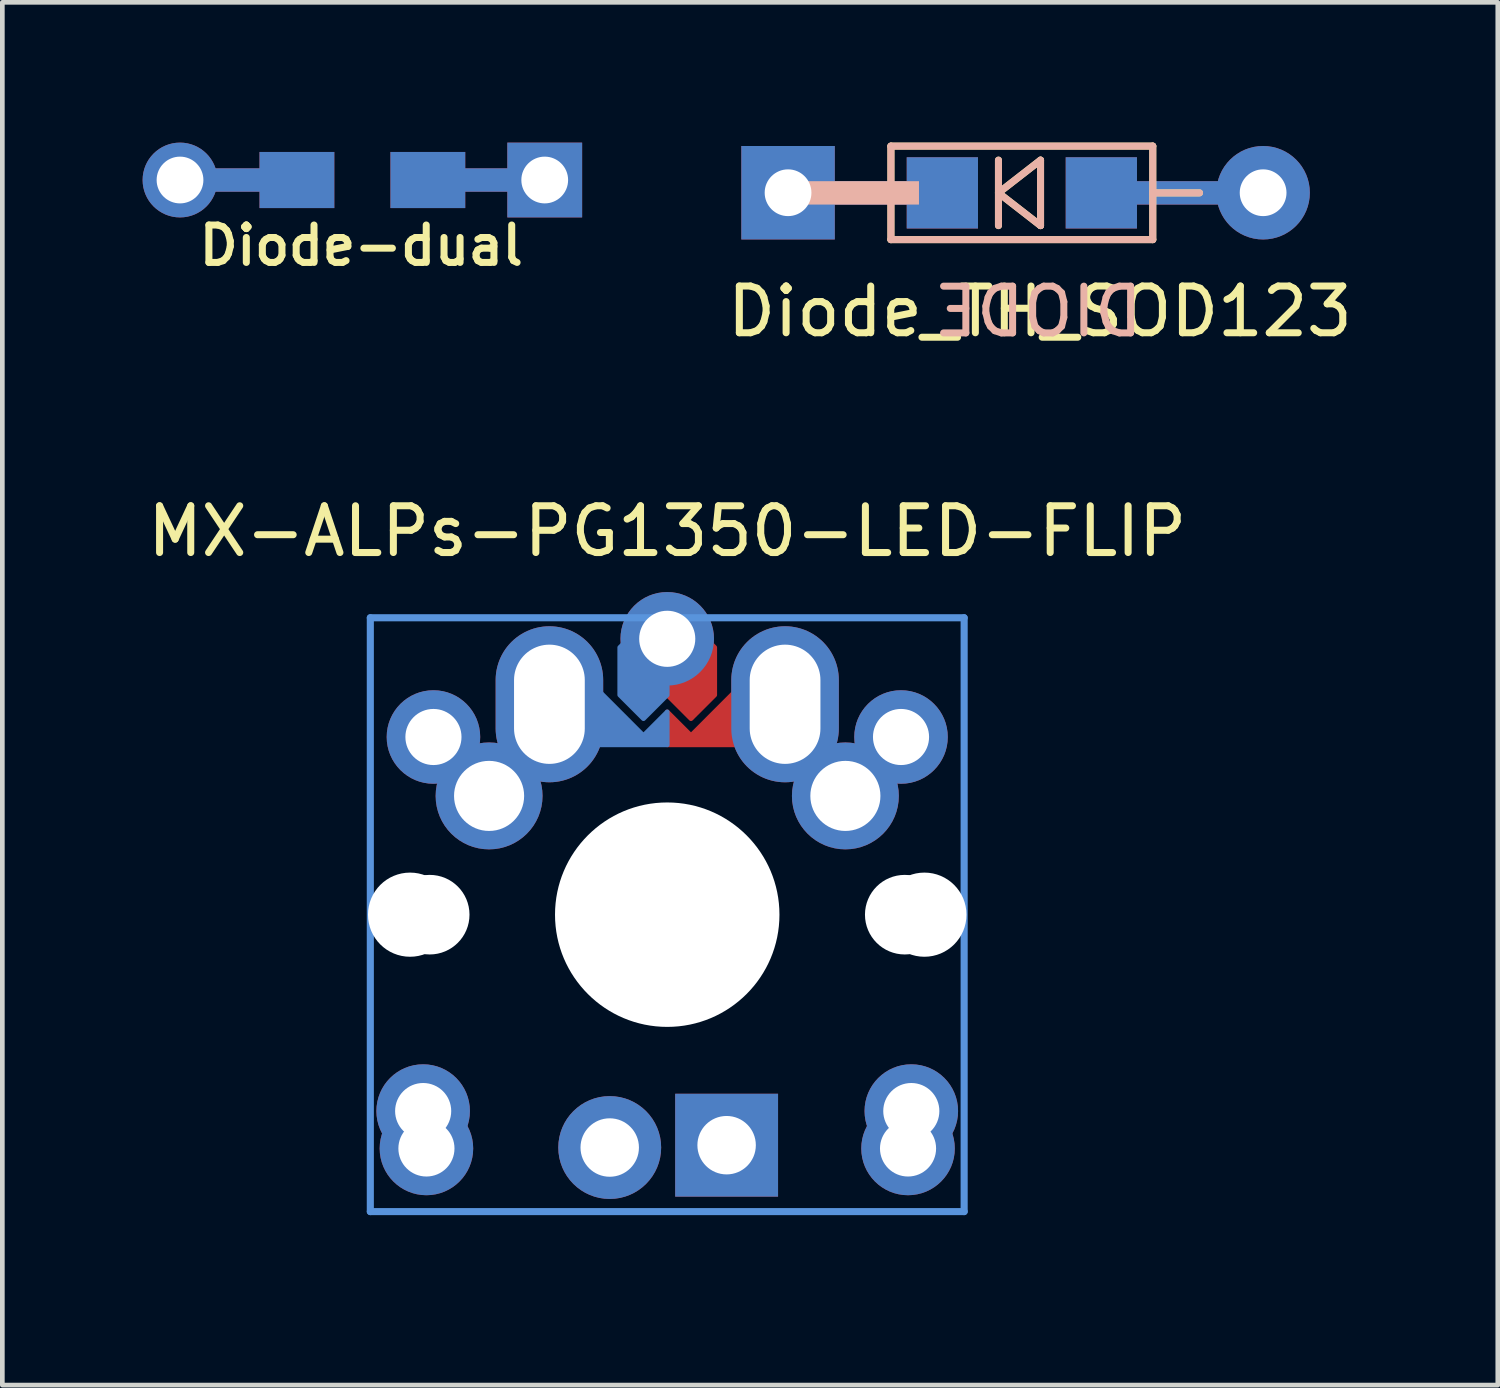
<source format=kicad_pcb>
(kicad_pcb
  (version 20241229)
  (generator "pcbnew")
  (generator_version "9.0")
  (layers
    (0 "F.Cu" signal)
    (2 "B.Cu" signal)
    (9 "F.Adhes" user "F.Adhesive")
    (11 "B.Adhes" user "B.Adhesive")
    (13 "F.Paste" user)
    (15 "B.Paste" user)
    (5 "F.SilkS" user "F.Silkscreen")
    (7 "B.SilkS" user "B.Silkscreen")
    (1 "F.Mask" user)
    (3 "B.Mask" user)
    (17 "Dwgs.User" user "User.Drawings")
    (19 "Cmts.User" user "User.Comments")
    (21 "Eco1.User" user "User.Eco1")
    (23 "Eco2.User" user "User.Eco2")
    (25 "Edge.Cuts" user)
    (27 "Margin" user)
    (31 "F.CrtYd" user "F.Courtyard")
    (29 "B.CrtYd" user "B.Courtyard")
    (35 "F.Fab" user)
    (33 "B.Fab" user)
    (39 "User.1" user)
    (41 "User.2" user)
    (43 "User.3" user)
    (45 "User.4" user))
  (footprint "Diode_TH_SOD123"
    (layer "F.Cu")
    (at 13.804 1.075)
    (property "Reference" "Diode_TH_SOD123" (at 5.387 2.537 0) (layer "F.SilkS") (effects (font (size 1 1) (thickness 0.15))))
    (attr through_hole)
    (fp_line (start 1.3 0) (end 2.2 0) (stroke (width 0.15) (type solid)) (layer "F.SilkS"))
    (fp_line (start 2.2 -1) (end 7.8 -1) (stroke (width 0.15) (type solid)) (layer "F.SilkS"))
    (fp_line (start 2.2 1) (end 2.2 -1) (stroke (width 0.15) (type solid)) (layer "F.SilkS"))
    (fp_line (start 4.5 -0.7) (end 4.5 0.7) (stroke (width 0.15) (type solid)) (layer "F.SilkS"))
    (fp_line (start 4.5 0) (end 5.4 -0.7) (stroke (width 0.15) (type solid)) (layer "F.SilkS"))
    (fp_line (start 5.4 -0.7) (end 5.4 0.7) (stroke (width 0.15) (type solid)) (layer "F.SilkS"))
    (fp_line (start 5.4 0.7) (end 4.5 0) (stroke (width 0.15) (type solid)) (layer "F.SilkS"))
    (fp_line (start 7.8 -1) (end 7.8 1) (stroke (width 0.15) (type solid)) (layer "F.SilkS"))
    (fp_line (start 7.8 0) (end 8.8 0) (stroke (width 0.15) (type solid)) (layer "F.SilkS"))
    (fp_line (start 7.8 1) (end 2.2 1) (stroke (width 0.15) (type solid)) (layer "F.SilkS"))
    (fp_line (start 2.2 -1) (end 7.8 -1) (stroke (width 0.15) (type solid)) (layer "B.SilkS"))
    (fp_line (start 2.2 0) (end 1.3 0) (stroke (width 0.15) (type solid)) (layer "B.SilkS"))
    (fp_line (start 2.2 1) (end 2.2 -1) (stroke (width 0.15) (type solid)) (layer "B.SilkS"))
    (fp_line (start 4.5 -0.7) (end 4.5 0.7) (stroke (width 0.15) (type solid)) (layer "B.SilkS"))
    (fp_line (start 4.5 0) (end 5.4 -0.7) (stroke (width 0.15) (type solid)) (layer "B.SilkS"))
    (fp_line (start 5.4 -0.7) (end 5.4 0.7) (stroke (width 0.15) (type solid)) (layer "B.SilkS"))
    (fp_line (start 5.4 0.7) (end 4.5 0) (stroke (width 0.15) (type solid)) (layer "B.SilkS"))
    (fp_line (start 7.8 -1) (end 7.8 1) (stroke (width 0.15) (type solid)) (layer "B.SilkS"))
    (fp_line (start 7.8 0) (end 8.8 0) (stroke (width 0.15) (type solid)) (layer "B.SilkS"))
    (fp_line (start 7.8 1) (end 2.2 1) (stroke (width 0.15) (type solid)) (layer "B.SilkS"))
    (fp_text user "DIODE" (at 5.35 2.54 0) (layer "B.SilkS") (effects (font (size 1 1) (thickness 0.15)) (justify mirror)))
    (pad "1" thru_hole rect (at 0 -0.003 180) (size 1.999 1.999) (drill 1) (layers "*.Cu" "*.Mask"))
    (pad "1" connect rect (at 1.27 0) (size 3 0.5) (layers "F.Cu" "F.Mask"))
    (pad "1" connect rect (at 1.3 0) (size 3 0.5) (layers "B.Cu" "B.SilkS"))
    (pad "1" smd rect (at 3.3 0) (size 1.524 1.524) (layers "F.Cu" "F.Mask" "F.Paste"))
    (pad "1" smd rect (at 3.3 0) (size 1.524 1.524) (layers "B.Cu" "B.Mask" "B.Paste"))
    (pad "2" smd rect (at 6.7 0) (size 1.524 1.524) (layers "F.Cu" "F.Mask" "F.Paste"))
    (pad "2" smd rect (at 6.7 0) (size 1.524 1.524) (layers "B.Cu" "B.Mask" "B.Paste"))
    (pad "2" connect rect (at 8.89 0) (size 3 0.5) (layers "F.Cu" "F.Mask"))
    (pad "2" connect rect (at 8.89 0) (size 3 0.5) (layers "B.Cu" "B.Mask"))
    (pad "2" thru_hole circle (at 10.16 -0.003 180) (size 1.999 1.999) (drill 1) (layers "*.Cu" "*.Mask")))
  (footprint "Diode-dual"
    (layer "F.Cu")
    (at 4.7 0.8)
    (property "Reference" "Diode-dual" (at -0.025 1.4 0) (layer "F.SilkS") (effects (font (size 0.8 0.8) (thickness 0.15))))
    (attr smd)
    (pad "1" smd rect (at 1.4 0) (size 1.6 1.2) (layers "F.Cu" "F.Mask" "F.Paste"))
    (pad "1" smd rect (at 1.4 0) (size 1.6 1.2) (layers "B.Cu" "B.Mask" "B.Paste"))
    (pad "1" smd rect (at 2.5 0) (size 2.9 0.5) (layers "F.Cu"))
    (pad "1" smd rect (at 2.5 0) (size 2.9 0.5) (layers "B.Cu"))
    (pad "1" thru_hole rect (at 3.9 0) (size 1.6 1.6) (drill 1) (layers "*.Cu" "*.Mask"))
    (pad "2" thru_hole circle (at -3.9 0) (size 1.6 1.6) (drill 1) (layers "*.Cu" "*.Mask"))
    (pad "2" smd rect (at -2.5 0) (size 2.9 0.5) (layers "F.Cu"))
    (pad "2" smd rect (at -2.5 0) (size 2.9 0.5) (layers "B.Cu"))
    (pad "2" smd rect (at -1.4 0) (size 1.6 1.2) (layers "F.Cu" "F.Mask" "F.Paste"))
    (pad "2" smd rect (at -1.4 0) (size 1.6 1.2) (layers "B.Cu" "B.Mask" "B.Paste")))
  (footprint "MX-ALPs-PG1350-LED-FLIP"
    (layer "F.Cu")
    (at 11.22 16.512)
    (property "Reference" "MX-ALPs-PG1350-LED-FLIP" (at 0 -8.2 0) (layer "F.SilkS") (effects (font (size 1 1) (thickness 0.15))))
    (attr through_hole)
    (fp_poly (pts (xy 2.616 -5.939) (xy 0.508 -3.83) (xy 0 -4.338) (xy 0 -3.632) (xy 2.616 -3.632)) (stroke (width 0.1) (type solid)) (fill yes) (layer "F.Cu"))
    (fp_poly (pts (xy -0.406 -5.486) (xy 0 -5.08) (xy 0 -4.699) (xy 0.508 -4.191) (xy 1.016 -4.699) (xy 1.016 -5.715) (xy 0.711 -6.02) (xy -0.406 -6.02)) (stroke (width 0.1) (type solid)) (fill yes) (layer "F.Cu"))
    (fp_poly (pts (xy 0 -3.632) (xy 1.016 -3.632) (xy 1.016 -4.953) (xy 0 -4.953)) (stroke (width 0.1) (type solid)) (fill yes) (layer "F.Mask"))
    (fp_poly (pts (xy -2.616 -5.939) (xy -0.508 -3.83) (xy 0 -4.338) (xy 0 -3.632) (xy -2.616 -3.632)) (stroke (width 0.1) (type solid)) (fill yes) (layer "B.Cu"))
    (fp_poly (pts (xy 0.406 -5.486) (xy 0 -5.08) (xy 0 -4.699) (xy -0.508 -4.191) (xy -1.016 -4.699) (xy -1.016 -5.715) (xy -0.711 -6.02) (xy 0.406 -6.02)) (stroke (width 0.1) (type solid)) (fill yes) (layer "B.Cu"))
    (fp_poly (pts (xy 0 -3.632) (xy -1.016 -3.632) (xy -1.016 -4.953) (xy 0 -4.953)) (stroke (width 0.1) (type solid)) (fill yes) (layer "B.Mask"))
    (fp_line (start -6.35 -6.35) (end 6.35 -6.35) (stroke (width 0.152) (type solid)) (layer "Cmts.User"))
    (fp_line (start -6.35 6.35) (end -6.35 -6.35) (stroke (width 0.152) (type solid)) (layer "Cmts.User"))
    (fp_line (start 6.35 -6.35) (end 6.35 6.35) (stroke (width 0.152) (type solid)) (layer "Cmts.User"))
    (fp_line (start 6.35 6.35) (end -6.35 6.35) (stroke (width 0.152) (type solid)) (layer "Cmts.User"))
    (fp_line (start -7.798 -6.005) (end -6.985 -6.005) (stroke (width 0.152) (type solid)) (layer "Eco2.User"))
    (fp_line (start -7.798 -2.504) (end -7.798 -6.005) (stroke (width 0.152) (type solid)) (layer "Eco2.User"))
    (fp_line (start -7.798 2.504) (end -6.985 2.504) (stroke (width 0.152) (type solid)) (layer "Eco2.User"))
    (fp_line (start -7.798 6.005) (end -7.798 2.504) (stroke (width 0.152) (type solid)) (layer "Eco2.User"))
    (fp_line (start -6.985 -6.985) (end 6.985 -6.985) (stroke (width 0.152) (type solid)) (layer "Eco2.User"))
    (fp_line (start -6.985 -6.005) (end -6.985 -6.985) (stroke (width 0.152) (type solid)) (layer "Eco2.User"))
    (fp_line (start -6.985 -2.504) (end -7.798 -2.504) (stroke (width 0.152) (type solid)) (layer "Eco2.User"))
    (fp_line (start -6.985 2.504) (end -6.985 -2.504) (stroke (width 0.152) (type solid)) (layer "Eco2.User"))
    (fp_line (start -6.985 6.005) (end -7.798 6.005) (stroke (width 0.152) (type solid)) (layer "Eco2.User"))
    (fp_line (start -6.985 6.985) (end -6.985 6.005) (stroke (width 0.152) (type solid)) (layer "Eco2.User"))
    (fp_line (start 6.985 -6.985) (end 6.985 -6.005) (stroke (width 0.152) (type solid)) (layer "Eco2.User"))
    (fp_line (start 6.985 -6.005) (end 7.798 -6.005) (stroke (width 0.152) (type solid)) (layer "Eco2.User"))
    (fp_line (start 6.985 -2.504) (end 6.985 2.504) (stroke (width 0.152) (type solid)) (layer "Eco2.User"))
    (fp_line (start 6.985 2.504) (end 7.798 2.504) (stroke (width 0.152) (type solid)) (layer "Eco2.User"))
    (fp_line (start 6.985 6.005) (end 6.985 6.985) (stroke (width 0.152) (type solid)) (layer "Eco2.User"))
    (fp_line (start 6.985 6.985) (end -6.985 6.985) (stroke (width 0.152) (type solid)) (layer "Eco2.User"))
    (fp_line (start 7.798 -6.005) (end 7.798 -2.504) (stroke (width 0.152) (type solid)) (layer "Eco2.User"))
    (fp_line (start 7.798 -2.504) (end 6.985 -2.504) (stroke (width 0.152) (type solid)) (layer "Eco2.User"))
    (fp_line (start 7.798 2.504) (end 7.798 6.005) (stroke (width 0.152) (type solid)) (layer "Eco2.User"))
    (fp_line (start 7.798 6.005) (end 6.985 6.005) (stroke (width 0.152) (type solid)) (layer "Eco2.User"))
    (pad "" np_thru_hole circle (at -5.5 0 270) (size 1.8 1.8) (drill 1.8) (layers "*.Cu" "*.Mask"))
    (pad "" thru_hole circle (at -5.22 4.2) (size 2 2) (drill 1.2) (layers "*.Cu" "*.Mask"))
    (pad "" thru_hole circle (at -5.15 5 270) (size 2 2) (drill 1.2) (layers "*.Cu" "*.Mask"))
    (pad "" np_thru_hole circle (at -5.08 0) (size 1.702 1.702) (drill 1.702) (layers "*.Cu" "*.Mask"))
    (pad "" np_thru_hole circle (at 0 0 270) (size 4.8 4.8) (drill 4.8) (layers "*.Cu" "*.Mask"))
    (pad "" np_thru_hole circle (at 5.08 0) (size 1.702 1.702) (drill 1.702) (layers "*.Cu" "*.Mask"))
    (pad "" thru_hole circle (at 5.15 5 270) (size 2 2) (drill 1.2) (layers "*.Cu" "*.Mask"))
    (pad "" thru_hole circle (at 5.22 4.2) (size 2 2) (drill 1.2) (layers "*.Cu" "*.Mask"))
    (pad "" np_thru_hole circle (at 5.5 0 270) (size 1.8 1.8) (drill 1.8) (layers "*.Cu" "*.Mask"))
    (pad "1" thru_hole oval (at 2.52 -4.5) (size 2.3 3.337) (drill oval 1.513 2.55) (layers "*.Cu" "*.Mask"))
    (pad "1" thru_hole circle (at 3.81 -2.54) (size 2.286 2.286) (drill 1.499) (layers "*.Cu" "*.Mask"))
    (pad "1" thru_hole circle (at 5 -3.8 270) (size 2 2) (drill 1.2) (layers "*.Cu" "*.Mask"))
    (pad "2" thru_hole circle (at -5 -3.8 270) (size 2 2) (drill 1.2) (layers "*.Cu" "*.Mask"))
    (pad "2" thru_hole circle (at -3.81 -2.54) (size 2.286 2.286) (drill 1.499) (layers "*.Cu" "*.Mask"))
    (pad "2" thru_hole oval (at -2.52 -4.5) (size 2.3 3.337) (drill oval 1.513 2.55) (layers "*.Cu" "*.Mask"))
    (pad "3" thru_hole circle (at -1.23 4.98 270) (size 2.2 2.2) (drill 1.25) (layers "*.Cu" "*.Mask"))
    (pad "4" thru_hole rect (at 1.27 4.93 270) (size 2.2 2.2) (drill 1.25) (layers "*.Cu" "*.Mask"))
    (pad "5" thru_hole circle (at 0 -5.9 270) (size 2 2) (drill 1.2) (layers "*.Cu" "*.Mask")))
  (gr_rect
    (start -3 -3)
    (end 28.983 26.573)
    (stroke (width 0.1) (type default))
    (fill no)
    (layer "Edge.Cuts")))
</source>
